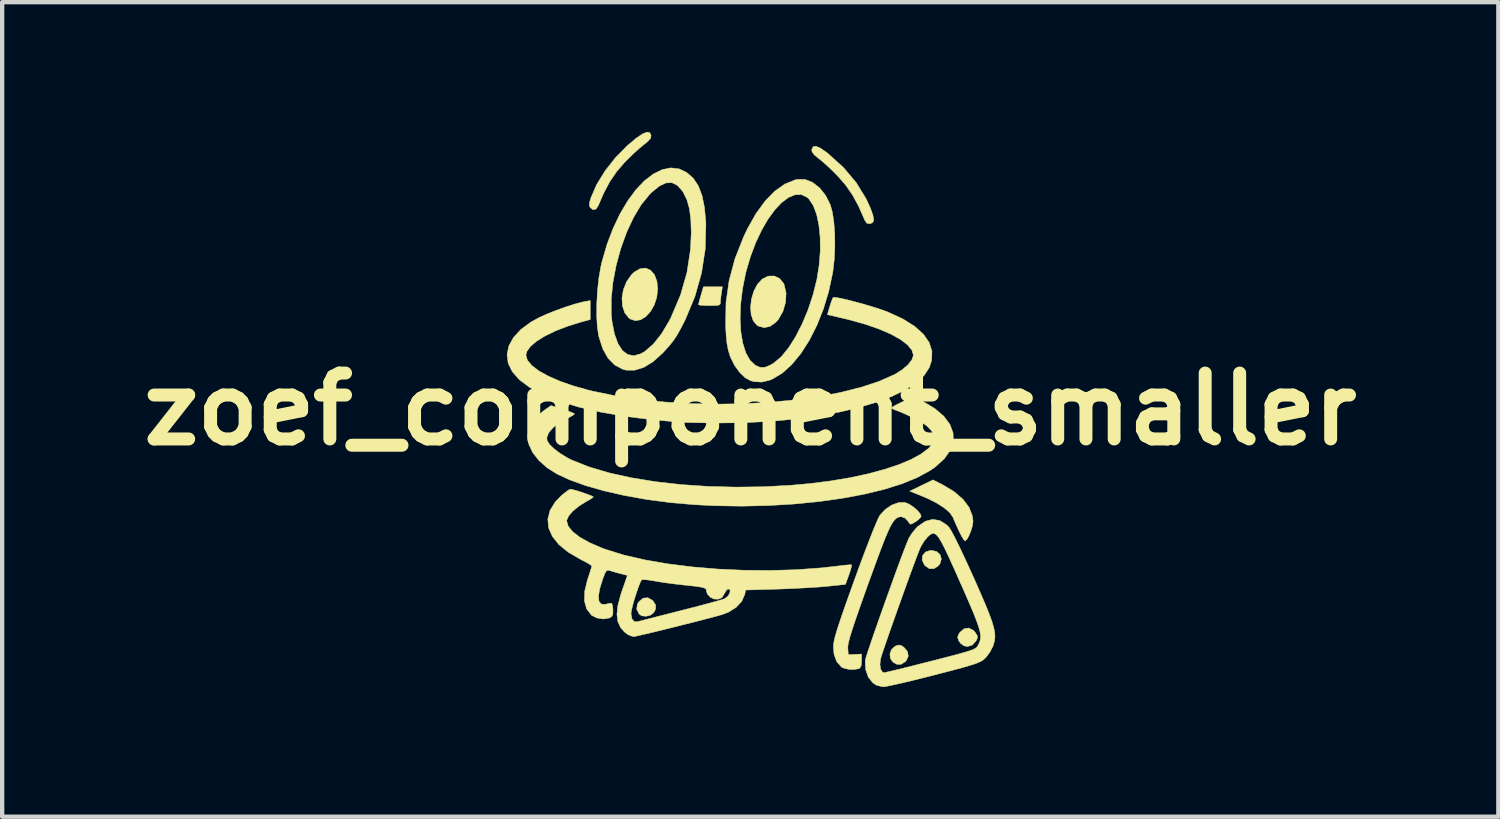
<source format=kicad_pcb>
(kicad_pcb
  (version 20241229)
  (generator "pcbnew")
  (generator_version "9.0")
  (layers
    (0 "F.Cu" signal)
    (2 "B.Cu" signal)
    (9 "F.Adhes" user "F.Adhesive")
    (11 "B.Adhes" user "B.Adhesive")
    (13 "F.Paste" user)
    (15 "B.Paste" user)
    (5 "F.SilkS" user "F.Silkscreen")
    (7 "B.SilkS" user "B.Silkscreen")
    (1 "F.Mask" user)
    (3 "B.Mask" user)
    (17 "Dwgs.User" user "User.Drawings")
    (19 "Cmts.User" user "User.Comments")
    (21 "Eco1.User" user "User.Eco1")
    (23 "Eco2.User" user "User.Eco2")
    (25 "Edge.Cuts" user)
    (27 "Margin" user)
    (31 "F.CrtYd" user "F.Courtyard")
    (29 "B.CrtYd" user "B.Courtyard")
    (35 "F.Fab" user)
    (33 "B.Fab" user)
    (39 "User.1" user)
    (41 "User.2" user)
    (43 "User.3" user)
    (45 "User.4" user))
  (footprint "zoef_component_smaller"
    (layer "F.Cu")
    (at 14.304 6.414)
    (property "Reference" "zoef_component_smaller" (at 0 0 0) (layer "F.SilkS") (effects (font (size 1.524 1.524) (thickness 0.3))))
    (attr through_hole)
    (fp_poly (pts (xy -2.264 4.421) (xy -2.251 4.434) (xy -2.187 4.533) (xy -2.191 4.631) (xy -2.234 4.709) (xy -2.308 4.766) (xy -2.41 4.791) (xy -2.51 4.781) (xy -2.567 4.744) (xy -2.626 4.627) (xy -2.612 4.512) (xy -2.574 4.451) (xy -2.476 4.372) (xy -2.368 4.362) (xy -2.264 4.421)) (stroke (width 0.01) (type solid)) (fill yes) (layer "F.SilkS"))
    (fp_poly (pts (xy 4.314 3.294) (xy 4.392 3.367) (xy 4.42 3.467) (xy 4.388 3.576) (xy 4.353 3.622) (xy 4.25 3.69) (xy 4.142 3.689) (xy 4.041 3.619) (xy 4.03 3.605) (xy 3.976 3.491) (xy 3.986 3.386) (xy 4.052 3.305) (xy 4.166 3.267) (xy 4.193 3.266) (xy 4.314 3.294)) (stroke (width 0.01) (type solid)) (fill yes) (layer "F.SilkS"))
    (fp_poly (pts (xy 3.495 5.469) (xy 3.551 5.506) (xy 3.636 5.603) (xy 3.656 5.711) (xy 3.61 5.815) (xy 3.588 5.839) (xy 3.488 5.904) (xy 3.391 5.902) (xy 3.308 5.857) (xy 3.243 5.773) (xy 3.23 5.666) (xy 3.265 5.563) (xy 3.346 5.487) (xy 3.352 5.484) (xy 3.432 5.455) (xy 3.495 5.469)) (stroke (width 0.01) (type solid)) (fill yes) (layer "F.SilkS"))
    (fp_poly (pts (xy 5.16 5.117) (xy 5.202 5.163) (xy 5.251 5.238) (xy 5.255 5.295) (xy 5.224 5.359) (xy 5.136 5.457) (xy 5.024 5.491) (xy 4.944 5.475) (xy 4.867 5.42) (xy 4.819 5.352) (xy 4.797 5.276) (xy 4.819 5.208) (xy 4.851 5.161) (xy 4.948 5.078) (xy 5.056 5.063) (xy 5.16 5.117)) (stroke (width 0.01) (type solid)) (fill yes) (layer "F.SilkS"))
    (fp_poly (pts (xy -0.666 -2.694) (xy -0.681 -2.581) (xy -0.689 -2.484) (xy -0.689 -2.477) (xy -0.694 -2.434) (xy -0.72 -2.409) (xy -0.782 -2.398) (xy -0.896 -2.395) (xy -0.943 -2.395) (xy -1.069 -2.398) (xy -1.159 -2.405) (xy -1.197 -2.416) (xy -1.197 -2.416) (xy -1.188 -2.461) (xy -1.164 -2.552) (xy -1.14 -2.634) (xy -1.083 -2.83) (xy -0.644 -2.83) (xy -0.666 -2.694)) (stroke (width 0.01) (type solid)) (fill yes) (layer "F.SilkS"))
    (fp_poly (pts (xy -2.307 -3.214) (xy -2.217 -3.111) (xy -2.159 -2.959) (xy -2.141 -2.783) (xy -2.162 -2.588) (xy -2.221 -2.409) (xy -2.308 -2.258) (xy -2.415 -2.141) (xy -2.535 -2.067) (xy -2.659 -2.046) (xy -2.777 -2.086) (xy -2.801 -2.102) (xy -2.902 -2.225) (xy -2.956 -2.386) (xy -2.967 -2.571) (xy -2.934 -2.764) (xy -2.86 -2.949) (xy -2.747 -3.11) (xy -2.684 -3.17) (xy -2.548 -3.25) (xy -2.42 -3.263) (xy -2.307 -3.214)) (stroke (width 0.01) (type solid)) (fill yes) (layer "F.SilkS"))
    (fp_poly (pts (xy 0.677 -3.024) (xy 0.77 -2.911) (xy 0.783 -2.883) (xy 0.829 -2.688) (xy 0.818 -2.474) (xy 0.757 -2.263) (xy 0.651 -2.076) (xy 0.593 -2.011) (xy 0.458 -1.914) (xy 0.317 -1.885) (xy 0.182 -1.925) (xy 0.156 -1.941) (xy 0.069 -2.044) (xy 0.02 -2.19) (xy 0.007 -2.365) (xy 0.029 -2.55) (xy 0.083 -2.731) (xy 0.167 -2.89) (xy 0.276 -3.008) (xy 0.413 -3.077) (xy 0.552 -3.081) (xy 0.677 -3.024)) (stroke (width 0.01) (type solid)) (fill yes) (layer "F.SilkS"))
    (fp_poly (pts (xy -2.322 -6.393) (xy -2.293 -6.327) (xy -2.306 -6.265) (xy -2.369 -6.193) (xy -2.459 -6.12) (xy -2.561 -6.037) (xy -2.692 -5.919) (xy -2.831 -5.784) (xy -2.911 -5.703) (xy -3.093 -5.491) (xy -3.25 -5.26) (xy -3.392 -4.992) (xy -3.515 -4.708) (xy -3.57 -4.627) (xy -3.637 -4.614) (xy -3.7 -4.661) (xy -3.722 -4.711) (xy -3.716 -4.786) (xy -3.686 -4.888) (xy -3.553 -5.195) (xy -3.361 -5.507) (xy -3.123 -5.811) (xy -2.847 -6.092) (xy -2.64 -6.266) (xy -2.493 -6.366) (xy -2.388 -6.409) (xy -2.322 -6.393)) (stroke (width 0.01) (type solid)) (fill yes) (layer "F.SilkS"))
    (fp_poly (pts (xy 4.451 1.749) (xy 4.714 1.907) (xy 4.919 2.083) (xy 5.062 2.273) (xy 5.139 2.472) (xy 5.153 2.594) (xy 5.14 2.695) (xy 5.106 2.811) (xy 5.061 2.923) (xy 5.014 3.009) (xy 4.971 3.048) (xy 4.968 3.048) (xy 4.937 3.018) (xy 4.888 2.938) (xy 4.831 2.825) (xy 4.829 2.821) (xy 4.769 2.689) (xy 4.716 2.57) (xy 4.686 2.496) (xy 4.615 2.394) (xy 4.485 2.282) (xy 4.305 2.168) (xy 4.087 2.059) (xy 3.995 2.02) (xy 3.69 1.897) (xy 3.959 1.766) (xy 4.227 1.636) (xy 4.451 1.749)) (stroke (width 0.01) (type solid)) (fill yes) (layer "F.SilkS"))
    (fp_poly (pts (xy 1.621 -6.039) (xy 1.765 -5.939) (xy 1.792 -5.918) (xy 2.155 -5.591) (xy 2.451 -5.24) (xy 2.682 -4.863) (xy 2.782 -4.644) (xy 2.838 -4.485) (xy 2.856 -4.379) (xy 2.834 -4.317) (xy 2.772 -4.289) (xy 2.767 -4.288) (xy 2.697 -4.3) (xy 2.649 -4.369) (xy 2.645 -4.379) (xy 2.507 -4.693) (xy 2.365 -4.954) (xy 2.207 -5.182) (xy 2.047 -5.367) (xy 1.913 -5.504) (xy 1.774 -5.636) (xy 1.651 -5.744) (xy 1.592 -5.791) (xy 1.483 -5.88) (xy 1.43 -5.95) (xy 1.422 -6) (xy 1.453 -6.069) (xy 1.518 -6.082) (xy 1.621 -6.039)) (stroke (width 0.01) (type solid)) (fill yes) (layer "F.SilkS"))
    (fp_poly (pts (xy 3.667 2.193) (xy 3.771 2.261) (xy 3.866 2.343) (xy 3.933 2.423) (xy 3.954 2.478) (xy 3.924 2.523) (xy 3.854 2.584) (xy 3.827 2.602) (xy 3.746 2.65) (xy 3.704 2.661) (xy 3.677 2.634) (xy 3.664 2.612) (xy 3.588 2.523) (xy 3.492 2.486) (xy 3.413 2.502) (xy 3.371 2.531) (xy 3.328 2.574) (xy 3.284 2.638) (xy 3.234 2.728) (xy 3.177 2.852) (xy 3.109 3.014) (xy 3.028 3.223) (xy 2.931 3.483) (xy 2.815 3.8) (xy 2.718 4.067) (xy 2.591 4.423) (xy 2.488 4.717) (xy 2.406 4.955) (xy 2.344 5.144) (xy 2.3 5.29) (xy 2.273 5.399) (xy 2.259 5.478) (xy 2.257 5.529) (xy 2.268 5.679) (xy 2.422 5.672) (xy 2.576 5.665) (xy 2.576 5.822) (xy 2.565 5.939) (xy 2.529 5.996) (xy 2.519 6.001) (xy 2.403 6.023) (xy 2.268 6.017) (xy 2.149 5.986) (xy 2.112 5.967) (xy 2.002 5.845) (xy 1.938 5.671) (xy 1.923 5.5) (xy 1.927 5.437) (xy 1.939 5.36) (xy 1.963 5.261) (xy 2 5.133) (xy 2.052 4.969) (xy 2.121 4.763) (xy 2.211 4.507) (xy 2.322 4.195) (xy 2.41 3.951) (xy 2.529 3.623) (xy 2.642 3.321) (xy 2.745 3.052) (xy 2.835 2.823) (xy 2.91 2.642) (xy 2.966 2.515) (xy 2.999 2.453) (xy 3.123 2.319) (xy 3.275 2.217) (xy 3.435 2.16) (xy 3.575 2.157) (xy 3.667 2.193)) (stroke (width 0.01) (type solid)) (fill yes) (layer "F.SilkS"))
    (fp_poly (pts (xy -1.644 -5.558) (xy -1.468 -5.473) (xy -1.318 -5.34) (xy -1.201 -5.165) (xy -1.116 -4.942) (xy -1.059 -4.665) (xy -1.028 -4.327) (xy -1.026 -4.264) (xy -1.041 -3.705) (xy -1.127 -3.148) (xy -1.281 -2.602) (xy -1.5 -2.076) (xy -1.511 -2.054) (xy -1.612 -1.857) (xy -1.698 -1.705) (xy -1.783 -1.579) (xy -1.882 -1.456) (xy -2.008 -1.317) (xy -2.031 -1.293) (xy -2.246 -1.099) (xy -2.461 -0.967) (xy -2.67 -0.901) (xy -2.87 -0.902) (xy -2.952 -0.924) (xy -3.138 -1.023) (xy -3.289 -1.177) (xy -3.409 -1.391) (xy -3.499 -1.667) (xy -3.506 -1.696) (xy -3.538 -1.902) (xy -3.552 -2.159) (xy -3.55 -2.448) (xy -3.544 -2.551) (xy -3.215 -2.551) (xy -3.214 -2.191) (xy -3.197 -2.021) (xy -3.14 -1.737) (xy -3.059 -1.514) (xy -2.957 -1.356) (xy -2.834 -1.263) (xy -2.693 -1.236) (xy -2.536 -1.279) (xy -2.44 -1.333) (xy -2.244 -1.503) (xy -2.054 -1.741) (xy -1.875 -2.041) (xy -1.833 -2.123) (xy -1.613 -2.641) (xy -1.463 -3.164) (xy -1.382 -3.697) (xy -1.365 -4.082) (xy -1.375 -4.388) (xy -1.407 -4.636) (xy -1.464 -4.84) (xy -1.548 -5.013) (xy -1.57 -5.046) (xy -1.685 -5.176) (xy -1.811 -5.238) (xy -1.952 -5.232) (xy -2.108 -5.157) (xy -2.283 -5.013) (xy -2.325 -4.971) (xy -2.521 -4.731) (xy -2.7 -4.433) (xy -2.859 -4.091) (xy -2.994 -3.718) (xy -3.101 -3.328) (xy -3.176 -2.935) (xy -3.215 -2.551) (xy -3.544 -2.551) (xy -3.533 -2.749) (xy -3.5 -3.044) (xy -3.453 -3.313) (xy -3.433 -3.4) (xy -3.315 -3.807) (xy -3.172 -4.182) (xy -3.011 -4.521) (xy -2.833 -4.82) (xy -2.644 -5.076) (xy -2.446 -5.283) (xy -2.243 -5.439) (xy -2.039 -5.54) (xy -1.839 -5.581) (xy -1.644 -5.558)) (stroke (width 0.01) (type solid)) (fill yes) (layer "F.SilkS"))
    (fp_poly (pts (xy 1.268 -5.313) (xy 1.44 -5.246) (xy 1.6 -5.122) (xy 1.74 -4.949) (xy 1.849 -4.735) (xy 1.852 -4.729) (xy 1.901 -4.55) (xy 1.935 -4.317) (xy 1.954 -4.048) (xy 1.957 -3.76) (xy 1.944 -3.47) (xy 1.913 -3.196) (xy 1.906 -3.151) (xy 1.816 -2.726) (xy 1.693 -2.32) (xy 1.542 -1.94) (xy 1.368 -1.595) (xy 1.173 -1.29) (xy 0.963 -1.034) (xy 0.742 -0.834) (xy 0.514 -0.697) (xy 0.446 -0.669) (xy 0.265 -0.626) (xy 0.09 -0.637) (xy 0.014 -0.656) (xy -0.114 -0.724) (xy -0.243 -0.847) (xy -0.361 -1.009) (xy -0.454 -1.194) (xy -0.47 -1.236) (xy -0.51 -1.369) (xy -0.538 -1.517) (xy -0.557 -1.697) (xy -0.57 -1.93) (xy -0.57 -1.941) (xy -0.567 -2.101) (xy -0.234 -2.101) (xy -0.218 -1.795) (xy -0.173 -1.526) (xy -0.101 -1.3) (xy -0.002 -1.126) (xy 0.115 -1.016) (xy 0.226 -0.967) (xy 0.336 -0.968) (xy 0.464 -1.019) (xy 0.553 -1.073) (xy 0.72 -1.215) (xy 0.887 -1.42) (xy 1.049 -1.676) (xy 1.201 -1.973) (xy 1.338 -2.301) (xy 1.453 -2.65) (xy 1.541 -3.001) (xy 1.594 -3.332) (xy 1.619 -3.658) (xy 1.617 -3.969) (xy 1.588 -4.255) (xy 1.535 -4.506) (xy 1.457 -4.711) (xy 1.357 -4.861) (xy 1.314 -4.9) (xy 1.183 -4.963) (xy 1.039 -4.96) (xy 0.885 -4.897) (xy 0.727 -4.778) (xy 0.568 -4.61) (xy 0.412 -4.396) (xy 0.264 -4.141) (xy 0.127 -3.852) (xy 0.006 -3.533) (xy -0.095 -3.188) (xy -0.105 -3.15) (xy -0.178 -2.786) (xy -0.221 -2.434) (xy -0.234 -2.101) (xy -0.567 -2.101) (xy -0.561 -2.464) (xy -0.489 -2.973) (xy -0.354 -3.478) (xy -0.152 -3.99) (xy -0.071 -4.16) (xy 0.127 -4.515) (xy 0.341 -4.81) (xy 0.566 -5.042) (xy 0.801 -5.208) (xy 1.043 -5.305) (xy 1.096 -5.316) (xy 1.268 -5.313)) (stroke (width 0.01) (type solid)) (fill yes) (layer "F.SilkS"))
    (fp_poly (pts (xy 3.985 -0.184) (xy 4.265 -0.017) (xy 4.477 0.163) (xy 4.619 0.354) (xy 4.692 0.551) (xy 4.695 0.751) (xy 4.627 0.951) (xy 4.489 1.147) (xy 4.279 1.337) (xy 4.16 1.42) (xy 3.867 1.58) (xy 3.511 1.726) (xy 3.097 1.856) (xy 2.633 1.968) (xy 2.125 2.063) (xy 1.582 2.139) (xy 1.009 2.195) (xy 0.414 2.23) (xy -0.196 2.244) (xy -0.814 2.234) (xy -1.306 2.209) (xy -1.854 2.161) (xy -2.388 2.091) (xy -2.898 2) (xy -3.374 1.892) (xy -3.806 1.769) (xy -4.185 1.632) (xy -4.466 1.502) (xy -4.699 1.355) (xy -4.89 1.186) (xy -5.032 1.004) (xy -5.12 0.817) (xy -5.146 0.635) (xy -5.139 0.572) (xy -5.08 0.407) (xy -4.975 0.237) (xy -4.84 0.087) (xy -4.759 0.022) (xy -4.607 -0.083) (xy -4.335 0.003) (xy -4.208 0.046) (xy -4.113 0.083) (xy -4.066 0.107) (xy -4.064 0.11) (xy -4.094 0.137) (xy -4.168 0.18) (xy -4.2 0.196) (xy -4.402 0.306) (xy -4.558 0.425) (xy -4.662 0.545) (xy -4.705 0.659) (xy -4.699 0.725) (xy -4.644 0.814) (xy -4.536 0.918) (xy -4.392 1.027) (xy -4.225 1.129) (xy -4.122 1.18) (xy -3.725 1.337) (xy -3.266 1.473) (xy -2.755 1.586) (xy -2.199 1.677) (xy -1.606 1.744) (xy -0.986 1.786) (xy -0.346 1.803) (xy 0.305 1.795) (xy 0.959 1.759) (xy 1.377 1.721) (xy 1.855 1.661) (xy 2.305 1.586) (xy 2.723 1.496) (xy 3.102 1.394) (xy 3.437 1.282) (xy 3.724 1.162) (xy 3.955 1.035) (xy 4.127 0.904) (xy 4.233 0.77) (xy 4.25 0.732) (xy 4.254 0.622) (xy 4.194 0.501) (xy 4.087 0.389) (xy 4 0.329) (xy 3.869 0.254) (xy 3.715 0.174) (xy 3.561 0.102) (xy 3.43 0.048) (xy 3.402 0.038) (xy 3.316 0.005) (xy 3.27 -0.024) (xy 3.267 -0.03) (xy 3.298 -0.056) (xy 3.38 -0.102) (xy 3.496 -0.159) (xy 3.524 -0.172) (xy 3.778 -0.289) (xy 3.985 -0.184)) (stroke (width 0.01) (type solid)) (fill yes) (layer "F.SilkS"))
    (fp_poly (pts (xy 2.064 -2.569) (xy 2.208 -2.538) (xy 2.382 -2.494) (xy 2.573 -2.443) (xy 2.767 -2.386) (xy 2.952 -2.329) (xy 3.114 -2.273) (xy 3.199 -2.24) (xy 3.535 -2.084) (xy 3.805 -1.914) (xy 4.007 -1.732) (xy 4.14 -1.539) (xy 4.203 -1.338) (xy 4.196 -1.128) (xy 4.141 -0.96) (xy 4.021 -0.778) (xy 3.833 -0.605) (xy 3.583 -0.444) (xy 3.275 -0.294) (xy 2.914 -0.158) (xy 2.504 -0.036) (xy 2.05 0.07) (xy 1.557 0.159) (xy 1.03 0.23) (xy 0.472 0.281) (xy -0.11 0.312) (xy -0.713 0.32) (xy -0.798 0.32) (xy -1.019 0.317) (xy -1.226 0.314) (xy -1.405 0.31) (xy -1.538 0.306) (xy -1.597 0.303) (xy -2.273 0.245) (xy -2.896 0.166) (xy -3.461 0.069) (xy -3.967 -0.048) (xy -4.412 -0.183) (xy -4.792 -0.336) (xy -5.107 -0.506) (xy -5.342 -0.682) (xy -5.505 -0.868) (xy -5.6 -1.063) (xy -5.625 -1.263) (xy -5.584 -1.462) (xy -5.477 -1.657) (xy -5.306 -1.843) (xy -5.072 -2.015) (xy -4.88 -2.121) (xy -4.706 -2.199) (xy -4.498 -2.282) (xy -4.278 -2.361) (xy -4.069 -2.428) (xy -3.894 -2.475) (xy -3.837 -2.487) (xy -3.701 -2.512) (xy -3.701 -2.073) (xy -3.91 -2.016) (xy -4.226 -1.918) (xy -4.509 -1.808) (xy -4.751 -1.69) (xy -4.947 -1.568) (xy -5.089 -1.446) (xy -5.171 -1.328) (xy -5.189 -1.248) (xy -5.154 -1.131) (xy -5.052 -1.009) (xy -4.889 -0.885) (xy -4.67 -0.764) (xy -4.401 -0.646) (xy -4.087 -0.537) (xy -3.734 -0.438) (xy -3.647 -0.417) (xy -3.116 -0.308) (xy -2.554 -0.224) (xy -1.968 -0.164) (xy -1.367 -0.128) (xy -0.759 -0.116) (xy -0.154 -0.126) (xy 0.442 -0.158) (xy 1.018 -0.213) (xy 1.568 -0.288) (xy 2.082 -0.385) (xy 2.551 -0.502) (xy 2.969 -0.639) (xy 3.325 -0.796) (xy 3.349 -0.808) (xy 3.516 -0.912) (xy 3.65 -1.028) (xy 3.74 -1.144) (xy 3.774 -1.246) (xy 3.774 -1.248) (xy 3.738 -1.367) (xy 3.636 -1.489) (xy 3.473 -1.613) (xy 3.253 -1.735) (xy 2.982 -1.852) (xy 2.666 -1.962) (xy 2.31 -2.062) (xy 2.208 -2.087) (xy 1.784 -2.186) (xy 1.839 -2.372) (xy 1.874 -2.481) (xy 1.904 -2.56) (xy 1.917 -2.583) (xy 1.963 -2.585) (xy 2.064 -2.569)) (stroke (width 0.01) (type solid)) (fill yes) (layer "F.SilkS"))
    (fp_poly (pts (xy 4.385 2.577) (xy 4.541 2.676) (xy 4.601 2.737) (xy 4.64 2.798) (xy 4.705 2.917) (xy 4.789 3.084) (xy 4.888 3.29) (xy 4.999 3.526) (xy 5.116 3.783) (xy 5.17 3.902) (xy 5.315 4.231) (xy 5.432 4.502) (xy 5.522 4.724) (xy 5.588 4.903) (xy 5.631 5.048) (xy 5.655 5.166) (xy 5.661 5.266) (xy 5.651 5.355) (xy 5.628 5.442) (xy 5.61 5.492) (xy 5.543 5.62) (xy 5.453 5.741) (xy 5.432 5.762) (xy 5.393 5.797) (xy 5.345 5.828) (xy 5.282 5.859) (xy 5.194 5.893) (xy 5.072 5.931) (xy 4.91 5.978) (xy 4.699 6.035) (xy 4.43 6.105) (xy 4.256 6.15) (xy 3.984 6.219) (xy 3.73 6.282) (xy 3.503 6.336) (xy 3.313 6.378) (xy 3.17 6.408) (xy 3.085 6.422) (xy 3.072 6.423) (xy 2.922 6.387) (xy 2.834 6.329) (xy 2.731 6.2) (xy 2.671 6.03) (xy 2.663 5.907) (xy 3 5.907) (xy 3.016 6.013) (xy 3.056 6.081) (xy 3.092 6.096) (xy 3.139 6.087) (xy 3.246 6.062) (xy 3.403 6.025) (xy 3.602 5.976) (xy 3.831 5.918) (xy 4.064 5.859) (xy 4.379 5.779) (xy 4.63 5.714) (xy 4.827 5.662) (xy 4.975 5.62) (xy 5.083 5.586) (xy 5.158 5.558) (xy 5.208 5.532) (xy 5.24 5.506) (xy 5.261 5.478) (xy 5.278 5.445) (xy 5.28 5.442) (xy 5.308 5.379) (xy 5.325 5.315) (xy 5.328 5.242) (xy 5.315 5.152) (xy 5.284 5.038) (xy 5.233 4.892) (xy 5.16 4.706) (xy 5.061 4.474) (xy 4.936 4.187) (xy 4.857 4.009) (xy 4.715 3.689) (xy 4.598 3.431) (xy 4.502 3.229) (xy 4.424 3.077) (xy 4.36 2.971) (xy 4.306 2.906) (xy 4.258 2.876) (xy 4.213 2.875) (xy 4.167 2.899) (xy 4.115 2.943) (xy 4.102 2.955) (xy 4.022 3.053) (xy 3.947 3.177) (xy 3.925 3.225) (xy 3.887 3.319) (xy 3.831 3.466) (xy 3.76 3.658) (xy 3.677 3.883) (xy 3.587 4.132) (xy 3.493 4.394) (xy 3.398 4.66) (xy 3.306 4.92) (xy 3.22 5.164) (xy 3.145 5.381) (xy 3.083 5.562) (xy 3.038 5.696) (xy 3.015 5.774) (xy 3.013 5.781) (xy 3 5.907) (xy 2.663 5.907) (xy 2.659 5.844) (xy 2.664 5.798) (xy 2.681 5.733) (xy 2.72 5.61) (xy 2.778 5.437) (xy 2.85 5.225) (xy 2.935 4.982) (xy 3.028 4.719) (xy 3.125 4.444) (xy 3.225 4.167) (xy 3.322 3.898) (xy 3.414 3.645) (xy 3.498 3.419) (xy 3.57 3.229) (xy 3.627 3.084) (xy 3.665 2.994) (xy 3.668 2.987) (xy 3.742 2.868) (xy 3.842 2.747) (xy 3.883 2.708) (xy 4.051 2.593) (xy 4.22 2.549) (xy 4.385 2.577)) (stroke (width 0.01) (type solid)) (fill yes) (layer "F.SilkS"))
    (fp_poly (pts (xy -4.105 1.861) (xy -4.008 1.888) (xy -3.892 1.925) (xy -3.777 1.965) (xy -3.684 2.001) (xy -3.633 2.025) (xy -3.629 2.03) (xy -3.658 2.057) (xy -3.733 2.104) (xy -3.8 2.141) (xy -3.964 2.243) (xy -4.101 2.356) (xy -4.198 2.468) (xy -4.244 2.567) (xy -4.245 2.588) (xy -4.21 2.709) (xy -4.107 2.835) (xy -3.941 2.963) (xy -3.716 3.089) (xy -3.436 3.21) (xy -3.338 3.246) (xy -2.918 3.376) (xy -2.439 3.486) (xy -1.912 3.577) (xy -1.348 3.648) (xy -0.758 3.698) (xy -0.153 3.726) (xy 0.456 3.731) (xy 1.058 3.714) (xy 1.641 3.672) (xy 2.045 3.626) (xy 2.18 3.61) (xy 2.285 3.601) (xy 2.341 3.601) (xy 2.345 3.603) (xy 2.341 3.642) (xy 2.317 3.729) (xy 2.281 3.836) (xy 2.202 4.054) (xy 1.782 4.098) (xy 1.606 4.113) (xy 1.38 4.128) (xy 1.122 4.142) (xy 0.854 4.155) (xy 0.628 4.163) (xy -0.106 4.184) (xy -0.129 4.291) (xy -0.198 4.447) (xy -0.327 4.585) (xy -0.504 4.696) (xy -0.648 4.751) (xy -0.76 4.783) (xy -0.919 4.825) (xy -1.114 4.876) (xy -1.335 4.933) (xy -1.57 4.992) (xy -1.809 5.052) (xy -2.04 5.109) (xy -2.252 5.161) (xy -2.435 5.204) (xy -2.576 5.237) (xy -2.667 5.257) (xy -2.693 5.261) (xy -2.759 5.245) (xy -2.829 5.215) (xy -2.909 5.155) (xy -2.989 5.065) (xy -3.002 5.047) (xy -3.064 4.911) (xy -3.084 4.745) (xy -3.082 4.728) (xy -2.758 4.728) (xy -2.739 4.844) (xy -2.688 4.911) (xy -2.614 4.918) (xy -2.565 4.905) (xy -2.456 4.877) (xy -2.295 4.836) (xy -2.094 4.784) (xy -1.862 4.725) (xy -1.615 4.662) (xy -1.36 4.597) (xy -1.126 4.536) (xy -0.922 4.481) (xy -0.758 4.436) (xy -0.645 4.403) (xy -0.594 4.385) (xy -0.521 4.329) (xy -0.474 4.257) (xy -0.464 4.193) (xy -0.492 4.159) (xy -0.544 4.175) (xy -0.596 4.264) (xy -0.597 4.265) (xy -0.653 4.358) (xy -0.733 4.395) (xy -0.835 4.392) (xy -0.921 4.352) (xy -0.991 4.278) (xy -1.016 4.204) (xy -1.02 4.172) (xy -1.039 4.148) (xy -1.085 4.129) (xy -1.166 4.112) (xy -1.295 4.094) (xy -1.482 4.074) (xy -1.567 4.065) (xy -1.764 4.042) (xy -1.968 4.015) (xy -2.149 3.987) (xy -2.22 3.974) (xy -2.352 3.953) (xy -2.455 3.943) (xy -2.509 3.948) (xy -2.512 3.949) (xy -2.543 4.004) (xy -2.585 4.11) (xy -2.633 4.248) (xy -2.681 4.398) (xy -2.721 4.542) (xy -2.749 4.66) (xy -2.758 4.728) (xy -3.082 4.728) (xy -3.062 4.542) (xy -2.996 4.292) (xy -2.963 4.194) (xy -2.842 3.846) (xy -2.99 3.808) (xy -3.111 3.776) (xy -3.218 3.744) (xy -3.235 3.739) (xy -3.288 3.726) (xy -3.326 3.739) (xy -3.359 3.792) (xy -3.4 3.898) (xy -3.41 3.924) (xy -3.481 4.15) (xy -3.51 4.324) (xy -3.499 4.445) (xy -3.446 4.509) (xy -3.353 4.515) (xy -3.346 4.513) (xy -3.262 4.495) (xy -3.215 4.486) (xy -3.194 4.515) (xy -3.179 4.595) (xy -3.176 4.639) (xy -3.178 4.742) (xy -3.202 4.797) (xy -3.257 4.83) (xy -3.264 4.832) (xy -3.398 4.854) (xy -3.544 4.831) (xy -3.665 4.772) (xy -3.674 4.764) (xy -3.785 4.62) (xy -3.836 4.435) (xy -3.829 4.208) (xy -3.763 3.94) (xy -3.756 3.919) (xy -3.713 3.789) (xy -3.681 3.687) (xy -3.665 3.632) (xy -3.665 3.628) (xy -3.695 3.602) (xy -3.775 3.553) (xy -3.891 3.492) (xy -3.93 3.472) (xy -4.211 3.309) (xy -4.428 3.131) (xy -4.579 2.941) (xy -4.665 2.744) (xy -4.682 2.543) (xy -4.631 2.343) (xy -4.511 2.147) (xy -4.369 2) (xy -4.274 1.922) (xy -4.198 1.867) (xy -4.161 1.851) (xy -4.105 1.861)) (stroke (width 0.01) (type solid)) (fill yes) (layer "F.SilkS")))
  (gr_rect
    (start -3 -3)
    (end 31.608 15.841)
    (stroke (width 0.1) (type default))
    (fill no)
    (layer "Edge.Cuts")))
</source>
